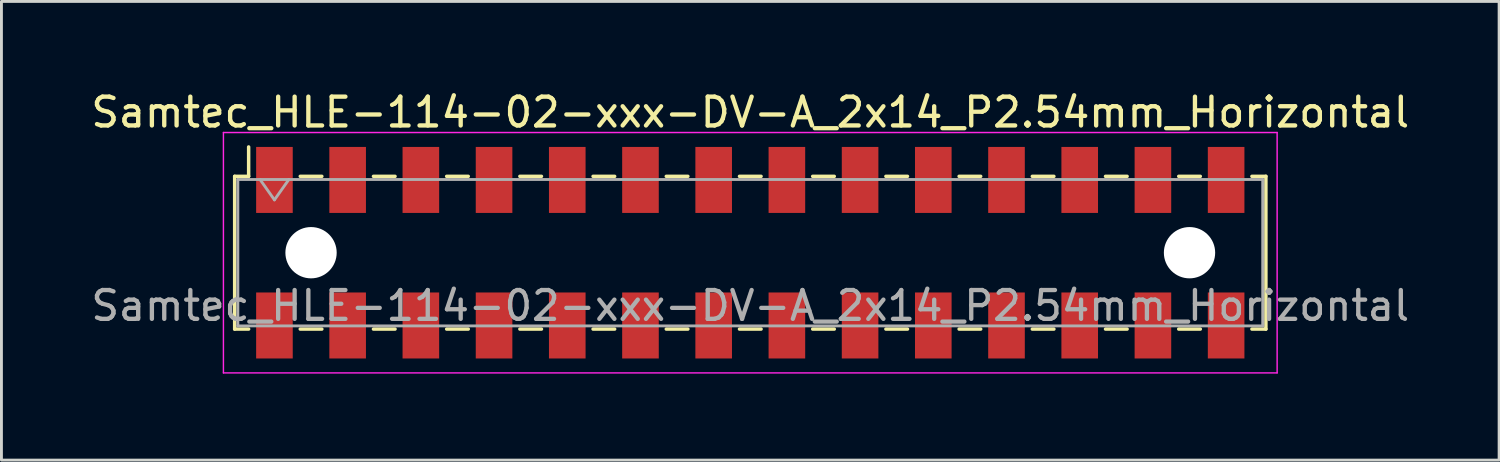
<source format=kicad_pcb>
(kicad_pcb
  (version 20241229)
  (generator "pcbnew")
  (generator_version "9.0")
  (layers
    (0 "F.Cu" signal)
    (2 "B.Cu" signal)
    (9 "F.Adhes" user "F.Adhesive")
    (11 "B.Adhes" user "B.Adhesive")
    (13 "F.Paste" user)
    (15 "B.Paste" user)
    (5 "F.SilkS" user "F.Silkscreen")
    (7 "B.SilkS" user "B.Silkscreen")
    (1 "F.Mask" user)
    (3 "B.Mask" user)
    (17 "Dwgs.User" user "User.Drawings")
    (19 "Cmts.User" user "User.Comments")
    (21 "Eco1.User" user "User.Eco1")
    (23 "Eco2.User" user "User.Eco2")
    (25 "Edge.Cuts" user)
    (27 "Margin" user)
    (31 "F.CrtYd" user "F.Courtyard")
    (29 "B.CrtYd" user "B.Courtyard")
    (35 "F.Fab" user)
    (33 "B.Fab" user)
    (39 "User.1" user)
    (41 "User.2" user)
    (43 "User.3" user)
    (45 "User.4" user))
  (footprint "Samtec_HLE-114-02-xxx-DV-A_2x14_P2.54mm_Horizontal"
    (layer "F.Cu")
    (at 22.982 5.718)
    (property "Reference" "Samtec_HLE-114-02-xxx-DV-A_2x14_P2.54mm_Horizontal" (at 0 -4.87 0) (layer "F.SilkS") (effects (font (size 1 1) (thickness 0.15))))
    (attr smd)
    (fp_line (start -17.89 -2.65) (end -17.89 2.65) (stroke (width 0.12) (type solid)) (layer "F.SilkS"))
    (fp_line (start -17.89 2.65) (end -17.405 2.65) (stroke (width 0.12) (type solid)) (layer "F.SilkS"))
    (fp_line (start -17.405 -3.67) (end -17.405 -2.65) (stroke (width 0.12) (type solid)) (layer "F.SilkS"))
    (fp_line (start -17.405 -2.65) (end -17.89 -2.65) (stroke (width 0.12) (type solid)) (layer "F.SilkS"))
    (fp_line (start -15.615 -2.65) (end -14.865 -2.65) (stroke (width 0.12) (type solid)) (layer "F.SilkS"))
    (fp_line (start -15.615 2.65) (end -14.865 2.65) (stroke (width 0.12) (type solid)) (layer "F.SilkS"))
    (fp_line (start -13.075 -2.65) (end -12.325 -2.65) (stroke (width 0.12) (type solid)) (layer "F.SilkS"))
    (fp_line (start -13.075 2.65) (end -12.325 2.65) (stroke (width 0.12) (type solid)) (layer "F.SilkS"))
    (fp_line (start -10.535 -2.65) (end -9.785 -2.65) (stroke (width 0.12) (type solid)) (layer "F.SilkS"))
    (fp_line (start -10.535 2.65) (end -9.785 2.65) (stroke (width 0.12) (type solid)) (layer "F.SilkS"))
    (fp_line (start -7.995 -2.65) (end -7.245 -2.65) (stroke (width 0.12) (type solid)) (layer "F.SilkS"))
    (fp_line (start -7.995 2.65) (end -7.245 2.65) (stroke (width 0.12) (type solid)) (layer "F.SilkS"))
    (fp_line (start -5.455 -2.65) (end -4.705 -2.65) (stroke (width 0.12) (type solid)) (layer "F.SilkS"))
    (fp_line (start -5.455 2.65) (end -4.705 2.65) (stroke (width 0.12) (type solid)) (layer "F.SilkS"))
    (fp_line (start -2.915 -2.65) (end -2.165 -2.65) (stroke (width 0.12) (type solid)) (layer "F.SilkS"))
    (fp_line (start -2.915 2.65) (end -2.165 2.65) (stroke (width 0.12) (type solid)) (layer "F.SilkS"))
    (fp_line (start -0.375 -2.65) (end 0.375 -2.65) (stroke (width 0.12) (type solid)) (layer "F.SilkS"))
    (fp_line (start -0.375 2.65) (end 0.375 2.65) (stroke (width 0.12) (type solid)) (layer "F.SilkS"))
    (fp_line (start 2.165 -2.65) (end 2.915 -2.65) (stroke (width 0.12) (type solid)) (layer "F.SilkS"))
    (fp_line (start 2.165 2.65) (end 2.915 2.65) (stroke (width 0.12) (type solid)) (layer "F.SilkS"))
    (fp_line (start 4.705 -2.65) (end 5.455 -2.65) (stroke (width 0.12) (type solid)) (layer "F.SilkS"))
    (fp_line (start 4.705 2.65) (end 5.455 2.65) (stroke (width 0.12) (type solid)) (layer "F.SilkS"))
    (fp_line (start 7.245 -2.65) (end 7.995 -2.65) (stroke (width 0.12) (type solid)) (layer "F.SilkS"))
    (fp_line (start 7.245 2.65) (end 7.995 2.65) (stroke (width 0.12) (type solid)) (layer "F.SilkS"))
    (fp_line (start 9.785 -2.65) (end 10.535 -2.65) (stroke (width 0.12) (type solid)) (layer "F.SilkS"))
    (fp_line (start 9.785 2.65) (end 10.535 2.65) (stroke (width 0.12) (type solid)) (layer "F.SilkS"))
    (fp_line (start 12.325 -2.65) (end 13.075 -2.65) (stroke (width 0.12) (type solid)) (layer "F.SilkS"))
    (fp_line (start 12.325 2.65) (end 13.075 2.65) (stroke (width 0.12) (type solid)) (layer "F.SilkS"))
    (fp_line (start 14.865 -2.65) (end 15.615 -2.65) (stroke (width 0.12) (type solid)) (layer "F.SilkS"))
    (fp_line (start 14.865 2.65) (end 15.615 2.65) (stroke (width 0.12) (type solid)) (layer "F.SilkS"))
    (fp_line (start 17.405 -2.65) (end 17.89 -2.65) (stroke (width 0.12) (type solid)) (layer "F.SilkS"))
    (fp_line (start 17.89 -2.65) (end 17.89 2.65) (stroke (width 0.12) (type solid)) (layer "F.SilkS"))
    (fp_line (start 17.89 2.65) (end 17.405 2.65) (stroke (width 0.12) (type solid)) (layer "F.SilkS"))
    (fp_line (start -18.28 -4.17) (end 18.28 -4.17) (stroke (width 0.05) (type solid)) (layer "F.CrtYd"))
    (fp_line (start -18.28 4.17) (end -18.28 -4.17) (stroke (width 0.05) (type solid)) (layer "F.CrtYd"))
    (fp_line (start 18.28 -4.17) (end 18.28 4.17) (stroke (width 0.05) (type solid)) (layer "F.CrtYd"))
    (fp_line (start 18.28 4.17) (end -18.28 4.17) (stroke (width 0.05) (type solid)) (layer "F.CrtYd"))
    (fp_line (start -17.78 -2.54) (end 17.78 -2.54) (stroke (width 0.1) (type solid)) (layer "F.Fab"))
    (fp_line (start -17.78 2.54) (end -17.78 -2.54) (stroke (width 0.1) (type solid)) (layer "F.Fab"))
    (fp_line (start -17.01 -2.54) (end -16.51 -1.833) (stroke (width 0.1) (type solid)) (layer "F.Fab"))
    (fp_line (start -16.51 -1.833) (end -16.01 -2.54) (stroke (width 0.1) (type solid)) (layer "F.Fab"))
    (fp_line (start 17.78 -2.54) (end 17.78 2.54) (stroke (width 0.1) (type solid)) (layer "F.Fab"))
    (fp_line (start 17.78 2.54) (end -17.78 2.54) (stroke (width 0.1) (type solid)) (layer "F.Fab"))
    (fp_text user "${REFERENCE}" (at 0 1.84 0) (layer "F.Fab") (effects (font (size 1 1) (thickness 0.15))))
    (pad "" np_thru_hole circle (at -15.24 0) (size 1.78 1.78) (drill 1.78) (layers "*.Cu" "*.Mask"))
    (pad "" np_thru_hole circle (at 15.24 0) (size 1.78 1.78) (drill 1.78) (layers "*.Cu" "*.Mask"))
    (pad "1" smd rect (at -16.51 -2.525) (size 1.27 2.29) (layers "F.Cu" "F.Mask" "F.Paste"))
    (pad "2" smd rect (at -16.51 2.525) (size 1.27 2.29) (layers "F.Cu" "F.Mask" "F.Paste"))
    (pad "3" smd rect (at -13.97 -2.525) (size 1.27 2.29) (layers "F.Cu" "F.Mask" "F.Paste"))
    (pad "4" smd rect (at -13.97 2.525) (size 1.27 2.29) (layers "F.Cu" "F.Mask" "F.Paste"))
    (pad "5" smd rect (at -11.43 -2.525) (size 1.27 2.29) (layers "F.Cu" "F.Mask" "F.Paste"))
    (pad "6" smd rect (at -11.43 2.525) (size 1.27 2.29) (layers "F.Cu" "F.Mask" "F.Paste"))
    (pad "7" smd rect (at -8.89 -2.525) (size 1.27 2.29) (layers "F.Cu" "F.Mask" "F.Paste"))
    (pad "8" smd rect (at -8.89 2.525) (size 1.27 2.29) (layers "F.Cu" "F.Mask" "F.Paste"))
    (pad "9" smd rect (at -6.35 -2.525) (size 1.27 2.29) (layers "F.Cu" "F.Mask" "F.Paste"))
    (pad "10" smd rect (at -6.35 2.525) (size 1.27 2.29) (layers "F.Cu" "F.Mask" "F.Paste"))
    (pad "11" smd rect (at -3.81 -2.525) (size 1.27 2.29) (layers "F.Cu" "F.Mask" "F.Paste"))
    (pad "12" smd rect (at -3.81 2.525) (size 1.27 2.29) (layers "F.Cu" "F.Mask" "F.Paste"))
    (pad "13" smd rect (at -1.27 -2.525) (size 1.27 2.29) (layers "F.Cu" "F.Mask" "F.Paste"))
    (pad "14" smd rect (at -1.27 2.525) (size 1.27 2.29) (layers "F.Cu" "F.Mask" "F.Paste"))
    (pad "15" smd rect (at 1.27 -2.525) (size 1.27 2.29) (layers "F.Cu" "F.Mask" "F.Paste"))
    (pad "16" smd rect (at 1.27 2.525) (size 1.27 2.29) (layers "F.Cu" "F.Mask" "F.Paste"))
    (pad "17" smd rect (at 3.81 -2.525) (size 1.27 2.29) (layers "F.Cu" "F.Mask" "F.Paste"))
    (pad "18" smd rect (at 3.81 2.525) (size 1.27 2.29) (layers "F.Cu" "F.Mask" "F.Paste"))
    (pad "19" smd rect (at 6.35 -2.525) (size 1.27 2.29) (layers "F.Cu" "F.Mask" "F.Paste"))
    (pad "20" smd rect (at 6.35 2.525) (size 1.27 2.29) (layers "F.Cu" "F.Mask" "F.Paste"))
    (pad "21" smd rect (at 8.89 -2.525) (size 1.27 2.29) (layers "F.Cu" "F.Mask" "F.Paste"))
    (pad "22" smd rect (at 8.89 2.525) (size 1.27 2.29) (layers "F.Cu" "F.Mask" "F.Paste"))
    (pad "23" smd rect (at 11.43 -2.525) (size 1.27 2.29) (layers "F.Cu" "F.Mask" "F.Paste"))
    (pad "24" smd rect (at 11.43 2.525) (size 1.27 2.29) (layers "F.Cu" "F.Mask" "F.Paste"))
    (pad "25" smd rect (at 13.97 -2.525) (size 1.27 2.29) (layers "F.Cu" "F.Mask" "F.Paste"))
    (pad "26" smd rect (at 13.97 2.525) (size 1.27 2.29) (layers "F.Cu" "F.Mask" "F.Paste"))
    (pad "27" smd rect (at 16.51 -2.525) (size 1.27 2.29) (layers "F.Cu" "F.Mask" "F.Paste"))
    (pad "28" smd rect (at 16.51 2.525) (size 1.27 2.29) (layers "F.Cu" "F.Mask" "F.Paste")))
  (gr_rect
    (start -3 -3)
    (end 48.964 12.913)
    (stroke (width 0.1) (type default))
    (fill no)
    (layer "Edge.Cuts")))
</source>
